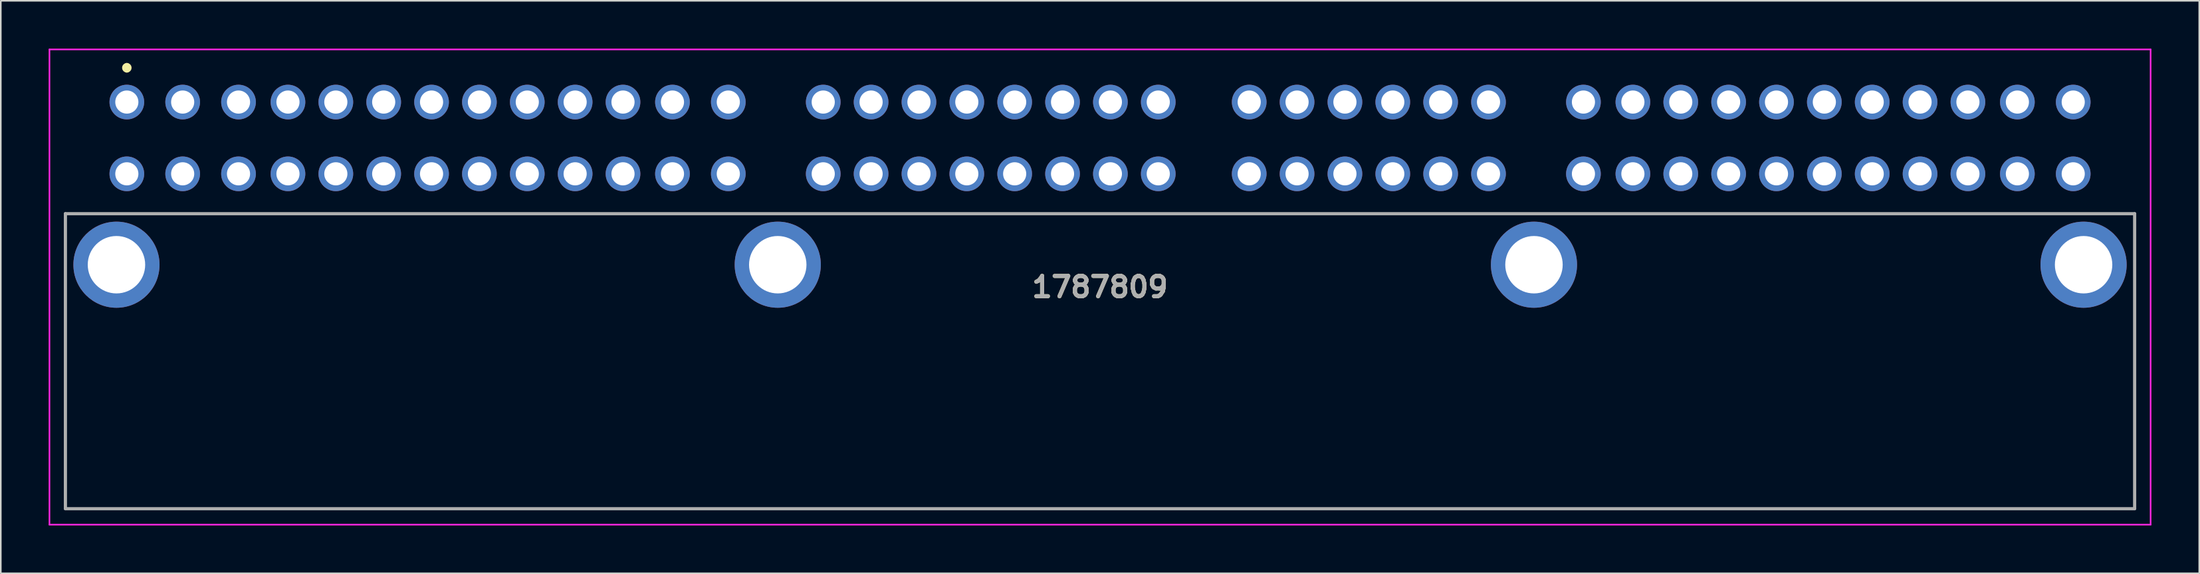
<source format=kicad_pcb>
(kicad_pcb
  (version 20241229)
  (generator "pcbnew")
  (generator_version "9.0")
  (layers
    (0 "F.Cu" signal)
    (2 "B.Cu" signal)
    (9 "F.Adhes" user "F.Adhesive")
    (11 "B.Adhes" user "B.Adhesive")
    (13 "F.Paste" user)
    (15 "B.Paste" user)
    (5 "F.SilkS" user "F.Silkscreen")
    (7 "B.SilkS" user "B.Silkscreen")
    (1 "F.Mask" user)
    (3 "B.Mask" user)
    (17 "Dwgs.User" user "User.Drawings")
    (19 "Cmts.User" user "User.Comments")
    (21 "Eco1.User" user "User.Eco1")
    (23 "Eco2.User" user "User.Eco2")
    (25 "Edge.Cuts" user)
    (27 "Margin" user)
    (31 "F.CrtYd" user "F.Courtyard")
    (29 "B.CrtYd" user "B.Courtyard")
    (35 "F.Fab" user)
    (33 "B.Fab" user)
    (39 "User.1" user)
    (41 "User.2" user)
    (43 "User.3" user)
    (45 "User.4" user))
  (footprint "1787809"
    (layer "F.Cu")
    (at 4.9 3.35)
    (property "Reference" "1787809" (at 61 11.6 0) (layer "F.SilkS") (effects (font (size 1.27 1.27) (thickness 0.254))))
    (attr through_hole)
    (fp_line (start -3.85 7) (end -3.85 25.5) (stroke (width 0.1) (type solid)) (layer "F.SilkS"))
    (fp_line (start -3.85 25.5) (end 125.85 25.5) (stroke (width 0.1) (type solid)) (layer "F.SilkS"))
    (fp_line (start 0 -2.3) (end 0 -2.3) (stroke (width 0.3) (type solid)) (layer "F.SilkS"))
    (fp_line (start 0 -2) (end 0 -2) (stroke (width 0.3) (type solid)) (layer "F.SilkS"))
    (fp_line (start 125.85 25.5) (end 125.85 7) (stroke (width 0.1) (type solid)) (layer "F.SilkS"))
    (fp_arc (start 0 -2.3) (mid 0.15 -2.15) (end 0 -2) (stroke (width 0.3) (type solid)) (layer "F.SilkS"))
    (fp_arc (start 0 -2) (mid -0.15 -2.15) (end 0 -2.3) (stroke (width 0.3) (type solid)) (layer "F.SilkS"))
    (fp_line (start -4.85 -3.3) (end 126.85 -3.3) (stroke (width 0.1) (type solid)) (layer "F.CrtYd"))
    (fp_line (start -4.85 26.5) (end -4.85 -3.3) (stroke (width 0.1) (type solid)) (layer "F.CrtYd"))
    (fp_line (start 126.85 -3.3) (end 126.85 26.5) (stroke (width 0.1) (type solid)) (layer "F.CrtYd"))
    (fp_line (start 126.85 26.5) (end -4.85 26.5) (stroke (width 0.1) (type solid)) (layer "F.CrtYd"))
    (fp_line (start -3.85 7) (end 125.85 7) (stroke (width 0.2) (type solid)) (layer "F.Fab"))
    (fp_line (start -3.85 25.5) (end -3.85 7) (stroke (width 0.2) (type solid)) (layer "F.Fab"))
    (fp_line (start 125.85 7) (end 125.85 25.5) (stroke (width 0.2) (type solid)) (layer "F.Fab"))
    (fp_line (start 125.85 25.5) (end -3.85 25.5) (stroke (width 0.2) (type solid)) (layer "F.Fab"))
    (fp_text user "${REFERENCE}" (at 61 11.6 0) (layer "F.Fab") (effects (font (size 1.27 1.27) (thickness 0.254))))
    (pad "1" thru_hole circle (at 0 0) (size 2.175 2.175) (drill 1.45) (layers "*.Cu" "*.Mask"))
    (pad "2" thru_hole circle (at 3.5 0) (size 2.175 2.175) (drill 1.45) (layers "*.Cu" "*.Mask"))
    (pad "3" thru_hole circle (at 7 0) (size 2.175 2.175) (drill 1.45) (layers "*.Cu" "*.Mask"))
    (pad "4" thru_hole circle (at 34.2 0) (size 2.175 2.175) (drill 1.45) (layers "*.Cu" "*.Mask"))
    (pad "5" thru_hole circle (at 37.7 0) (size 2.175 2.175) (drill 1.45) (layers "*.Cu" "*.Mask"))
    (pad "6" thru_hole circle (at 0 4.5) (size 2.175 2.175) (drill 1.45) (layers "*.Cu" "*.Mask"))
    (pad "7" thru_hole circle (at 3.5 4.5) (size 2.175 2.175) (drill 1.45) (layers "*.Cu" "*.Mask"))
    (pad "8" thru_hole circle (at 7 4.5) (size 2.175 2.175) (drill 1.45) (layers "*.Cu" "*.Mask"))
    (pad "9" thru_hole circle (at 34.2 4.5) (size 2.175 2.175) (drill 1.45) (layers "*.Cu" "*.Mask"))
    (pad "10" thru_hole circle (at 37.7 4.5) (size 2.175 2.175) (drill 1.45) (layers "*.Cu" "*.Mask"))
    (pad "11" thru_hole circle (at 91.3 0) (size 2.175 2.175) (drill 1.45) (layers "*.Cu" "*.Mask"))
    (pad "12" thru_hole circle (at 118.5 0) (size 2.175 2.175) (drill 1.45) (layers "*.Cu" "*.Mask"))
    (pad "13" thru_hole circle (at 122 0) (size 2.175 2.175) (drill 1.45) (layers "*.Cu" "*.Mask"))
    (pad "14" thru_hole circle (at 91.3 4.5) (size 2.175 2.175) (drill 1.45) (layers "*.Cu" "*.Mask"))
    (pad "15" thru_hole circle (at 118.5 4.5) (size 2.175 2.175) (drill 1.45) (layers "*.Cu" "*.Mask"))
    (pad "16" thru_hole circle (at 122 4.5) (size 2.175 2.175) (drill 1.45) (layers "*.Cu" "*.Mask"))
    (pad "17" thru_hole circle (at 10.1 0) (size 2.175 2.175) (drill 1.45) (layers "*.Cu" "*.Mask"))
    (pad "18" thru_hole circle (at 13.1 0) (size 2.175 2.175) (drill 1.45) (layers "*.Cu" "*.Mask"))
    (pad "19" thru_hole circle (at 16.1 0) (size 2.175 2.175) (drill 1.45) (layers "*.Cu" "*.Mask"))
    (pad "20" thru_hole circle (at 19.1 0) (size 2.175 2.175) (drill 1.45) (layers "*.Cu" "*.Mask"))
    (pad "21" thru_hole circle (at 22.1 0) (size 2.175 2.175) (drill 1.45) (layers "*.Cu" "*.Mask"))
    (pad "22" thru_hole circle (at 25.1 0) (size 2.175 2.175) (drill 1.45) (layers "*.Cu" "*.Mask"))
    (pad "23" thru_hole circle (at 28.1 0) (size 2.175 2.175) (drill 1.45) (layers "*.Cu" "*.Mask"))
    (pad "24" thru_hole circle (at 31.1 0) (size 2.175 2.175) (drill 1.45) (layers "*.Cu" "*.Mask"))
    (pad "25" thru_hole circle (at 10.1 4.5) (size 2.175 2.175) (drill 1.45) (layers "*.Cu" "*.Mask"))
    (pad "26" thru_hole circle (at 13.1 4.5) (size 2.175 2.175) (drill 1.45) (layers "*.Cu" "*.Mask"))
    (pad "27" thru_hole circle (at 16.1 4.5) (size 2.175 2.175) (drill 1.45) (layers "*.Cu" "*.Mask"))
    (pad "28" thru_hole circle (at 19.1 4.5) (size 2.175 2.175) (drill 1.45) (layers "*.Cu" "*.Mask"))
    (pad "29" thru_hole circle (at 22.1 4.5) (size 2.175 2.175) (drill 1.45) (layers "*.Cu" "*.Mask"))
    (pad "30" thru_hole circle (at 25.1 4.5) (size 2.175 2.175) (drill 1.45) (layers "*.Cu" "*.Mask"))
    (pad "31" thru_hole circle (at 28.1 4.5) (size 2.175 2.175) (drill 1.45) (layers "*.Cu" "*.Mask"))
    (pad "32" thru_hole circle (at 31.1 4.5) (size 2.175 2.175) (drill 1.45) (layers "*.Cu" "*.Mask"))
    (pad "33" thru_hole circle (at 43.65 0) (size 2.175 2.175) (drill 1.45) (layers "*.Cu" "*.Mask"))
    (pad "34" thru_hole circle (at 46.65 0) (size 2.175 2.175) (drill 1.45) (layers "*.Cu" "*.Mask"))
    (pad "35" thru_hole circle (at 49.65 0) (size 2.175 2.175) (drill 1.45) (layers "*.Cu" "*.Mask"))
    (pad "36" thru_hole circle (at 52.65 0) (size 2.175 2.175) (drill 1.45) (layers "*.Cu" "*.Mask"))
    (pad "37" thru_hole circle (at 55.65 0) (size 2.175 2.175) (drill 1.45) (layers "*.Cu" "*.Mask"))
    (pad "38" thru_hole circle (at 58.65 0) (size 2.175 2.175) (drill 1.45) (layers "*.Cu" "*.Mask"))
    (pad "39" thru_hole circle (at 61.65 0) (size 2.175 2.175) (drill 1.45) (layers "*.Cu" "*.Mask"))
    (pad "40" thru_hole circle (at 64.65 0) (size 2.175 2.175) (drill 1.45) (layers "*.Cu" "*.Mask"))
    (pad "41" thru_hole circle (at 43.65 4.5) (size 2.175 2.175) (drill 1.45) (layers "*.Cu" "*.Mask"))
    (pad "42" thru_hole circle (at 46.65 4.5) (size 2.175 2.175) (drill 1.45) (layers "*.Cu" "*.Mask"))
    (pad "43" thru_hole circle (at 49.65 4.5) (size 2.175 2.175) (drill 1.45) (layers "*.Cu" "*.Mask"))
    (pad "44" thru_hole circle (at 52.65 4.5) (size 2.175 2.175) (drill 1.45) (layers "*.Cu" "*.Mask"))
    (pad "45" thru_hole circle (at 55.65 4.5) (size 2.175 2.175) (drill 1.45) (layers "*.Cu" "*.Mask"))
    (pad "46" thru_hole circle (at 58.65 4.5) (size 2.175 2.175) (drill 1.45) (layers "*.Cu" "*.Mask"))
    (pad "47" thru_hole circle (at 61.65 4.5) (size 2.175 2.175) (drill 1.45) (layers "*.Cu" "*.Mask"))
    (pad "48" thru_hole circle (at 64.65 4.5) (size 2.175 2.175) (drill 1.45) (layers "*.Cu" "*.Mask"))
    (pad "49" thru_hole circle (at 70.35 0) (size 2.175 2.175) (drill 1.45) (layers "*.Cu" "*.Mask"))
    (pad "50" thru_hole circle (at 73.35 0) (size 2.175 2.175) (drill 1.45) (layers "*.Cu" "*.Mask"))
    (pad "51" thru_hole circle (at 76.35 0) (size 2.175 2.175) (drill 1.45) (layers "*.Cu" "*.Mask"))
    (pad "52" thru_hole circle (at 79.35 0) (size 2.175 2.175) (drill 1.45) (layers "*.Cu" "*.Mask"))
    (pad "53" thru_hole circle (at 82.35 0) (size 2.175 2.175) (drill 1.45) (layers "*.Cu" "*.Mask"))
    (pad "54" thru_hole circle (at 85.35 0) (size 2.175 2.175) (drill 1.45) (layers "*.Cu" "*.Mask"))
    (pad "55" thru_hole circle (at 70.35 4.5) (size 2.175 2.175) (drill 1.45) (layers "*.Cu" "*.Mask"))
    (pad "56" thru_hole circle (at 73.35 4.5) (size 2.175 2.175) (drill 1.45) (layers "*.Cu" "*.Mask"))
    (pad "57" thru_hole circle (at 76.35 4.5) (size 2.175 2.175) (drill 1.45) (layers "*.Cu" "*.Mask"))
    (pad "58" thru_hole circle (at 79.35 4.5) (size 2.175 2.175) (drill 1.45) (layers "*.Cu" "*.Mask"))
    (pad "59" thru_hole circle (at 82.35 4.5) (size 2.175 2.175) (drill 1.45) (layers "*.Cu" "*.Mask"))
    (pad "60" thru_hole circle (at 85.35 4.5) (size 2.175 2.175) (drill 1.45) (layers "*.Cu" "*.Mask"))
    (pad "61" thru_hole circle (at 94.4 0) (size 2.175 2.175) (drill 1.45) (layers "*.Cu" "*.Mask"))
    (pad "62" thru_hole circle (at 97.4 0) (size 2.175 2.175) (drill 1.45) (layers "*.Cu" "*.Mask"))
    (pad "63" thru_hole circle (at 100.4 0) (size 2.175 2.175) (drill 1.45) (layers "*.Cu" "*.Mask"))
    (pad "64" thru_hole circle (at 103.4 0) (size 2.175 2.175) (drill 1.45) (layers "*.Cu" "*.Mask"))
    (pad "65" thru_hole circle (at 106.4 0) (size 2.175 2.175) (drill 1.45) (layers "*.Cu" "*.Mask"))
    (pad "66" thru_hole circle (at 109.4 0) (size 2.175 2.175) (drill 1.45) (layers "*.Cu" "*.Mask"))
    (pad "67" thru_hole circle (at 112.4 0) (size 2.175 2.175) (drill 1.45) (layers "*.Cu" "*.Mask"))
    (pad "68" thru_hole circle (at 115.4 0) (size 2.175 2.175) (drill 1.45) (layers "*.Cu" "*.Mask"))
    (pad "69" thru_hole circle (at 94.4 4.5) (size 2.175 2.175) (drill 1.45) (layers "*.Cu" "*.Mask"))
    (pad "70" thru_hole circle (at 97.4 4.5) (size 2.175 2.175) (drill 1.45) (layers "*.Cu" "*.Mask"))
    (pad "71" thru_hole circle (at 100.4 4.5) (size 2.175 2.175) (drill 1.45) (layers "*.Cu" "*.Mask"))
    (pad "72" thru_hole circle (at 103.4 4.5) (size 2.175 2.175) (drill 1.45) (layers "*.Cu" "*.Mask"))
    (pad "73" thru_hole circle (at 106.4 4.5) (size 2.175 2.175) (drill 1.45) (layers "*.Cu" "*.Mask"))
    (pad "74" thru_hole circle (at 109.4 4.5) (size 2.175 2.175) (drill 1.45) (layers "*.Cu" "*.Mask"))
    (pad "75" thru_hole circle (at 112.4 4.5) (size 2.175 2.175) (drill 1.45) (layers "*.Cu" "*.Mask"))
    (pad "76" thru_hole circle (at 115.4 4.5) (size 2.175 2.175) (drill 1.45) (layers "*.Cu" "*.Mask"))
    (pad "MH1" thru_hole circle (at -0.65 10.2) (size 5.4 5.4) (drill 3.6) (layers "*.Cu" "*.Mask"))
    (pad "MH2" thru_hole circle (at 40.8 10.2) (size 5.4 5.4) (drill 3.6) (layers "*.Cu" "*.Mask"))
    (pad "MH3" thru_hole circle (at 88.2 10.2) (size 5.4 5.4) (drill 3.6) (layers "*.Cu" "*.Mask"))
    (pad "MH4" thru_hole circle (at 122.65 10.2) (size 5.4 5.4) (drill 3.6) (layers "*.Cu" "*.Mask")))
  (gr_rect
    (start -3 -3)
    (end 134.8 32.9)
    (stroke (width 0.1) (type default))
    (fill no)
    (layer "Edge.Cuts")))
</source>
